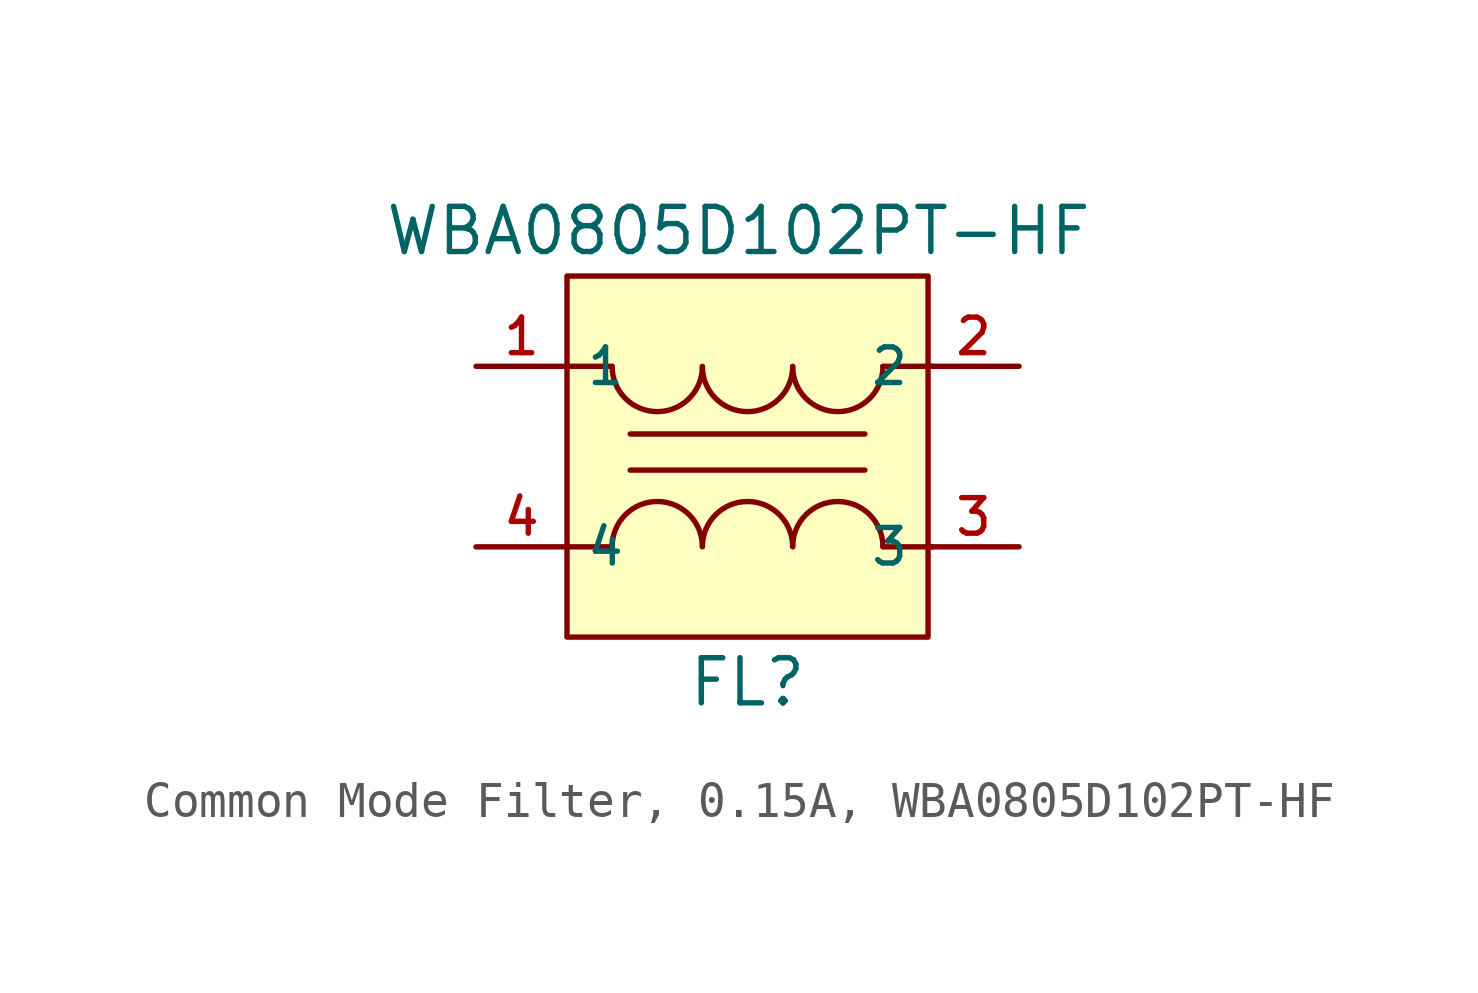
<source format=kicad_sym>
(kicad_symbol_lib
  (version 20231120)
  (generator "CDFER_Archive_Tool")
  (generator_version "0.0")
  (symbol "Common Mode Filter, 0.15A, WBA0805D102PT-HF"
    (property "Reference" "FL"
      (at 0 -6.35 0)
      (effects (font (size 1.27 1.27))))
    (property "Value" "WBA0805D102PT-HF"
      (at -0.254 6.35 0)
      (effects (font (size 1.27 1.27))))
    (symbol "Common Mode Filter, 0.15A, WBA0805D102PT-HF_0_1"
      (arc (start -3.81 2.5345) (mid -2.54 1.27) (end -1.27 2.5345) (stroke (width 0) (type default)) (fill (type none)))
      (arc (start -1.27 -2.5345) (mid -2.54 -1.27) (end -3.81 -2.5345) (stroke (width 0) (type default)) (fill (type none)))
      (arc (start -1.27 2.5345) (mid 0 1.27) (end 1.27 2.5345) (stroke (width 0) (type default)) (fill (type none)))
      (polyline (pts (xy -5.08 2.54) (xy -3.81 2.54)) (stroke (width 0) (type default)) (fill (type none)))
      (polyline (pts (xy -3.81 -2.54) (xy -5.08 -2.54)) (stroke (width 0) (type default)) (fill (type none)))
      (polyline (pts (xy -3.302 -0.381) (xy 3.302 -0.381)) (stroke (width 0) (type default)) (fill (type none)))
      (polyline (pts (xy -3.302 0.635) (xy 3.302 0.635)) (stroke (width 0) (type default)) (fill (type none)))
      (polyline (pts (xy 3.81 -2.54) (xy 5.207 -2.54)) (stroke (width 0) (type default)) (fill (type none)))
      (polyline (pts (xy 3.81 2.54) (xy 5.207 2.54)) (stroke (width 0) (type default)) (fill (type none)))
      (arc (start 1.27 -2.5345) (mid 0 -1.27) (end -1.27 -2.5345) (stroke (width 0) (type default)) (fill (type none)))
      (arc (start 1.27 2.5345) (mid 2.54 1.27) (end 3.81 2.5345) (stroke (width 0) (type default)) (fill (type none)))
      (arc (start 3.81 -2.5345) (mid 2.54 -1.27) (end 1.27 -2.5345) (stroke (width 0) (type default)) (fill (type none))))
    (symbol "Common Mode Filter, 0.15A, WBA0805D102PT-HF_1_1"
      (rectangle (start -5.08 5.08) (end 5.08 -5.08) (stroke (width 0) (type default)) (fill (type background)))
      (pin unspecified line (at -7.64 2.54 0) (length 2.56) (name "1" (effects (font (size 1 1)))) (number "1" (effects (font (size 1 1)))))
      (pin unspecified line (at 7.64 2.54 180) (length 2.56) (name "2" (effects (font (size 1 1)))) (number "2" (effects (font (size 1 1)))))
      (pin unspecified line (at 7.64 -2.54 180) (length 2.56) (name "3" (effects (font (size 1 1)))) (number "3" (effects (font (size 1 1)))))
      (pin unspecified line (at -7.64 -2.54 0) (length 2.56) (name "4" (effects (font (size 1 1)))) (number "4" (effects (font (size 1 1))))))))
</source>
